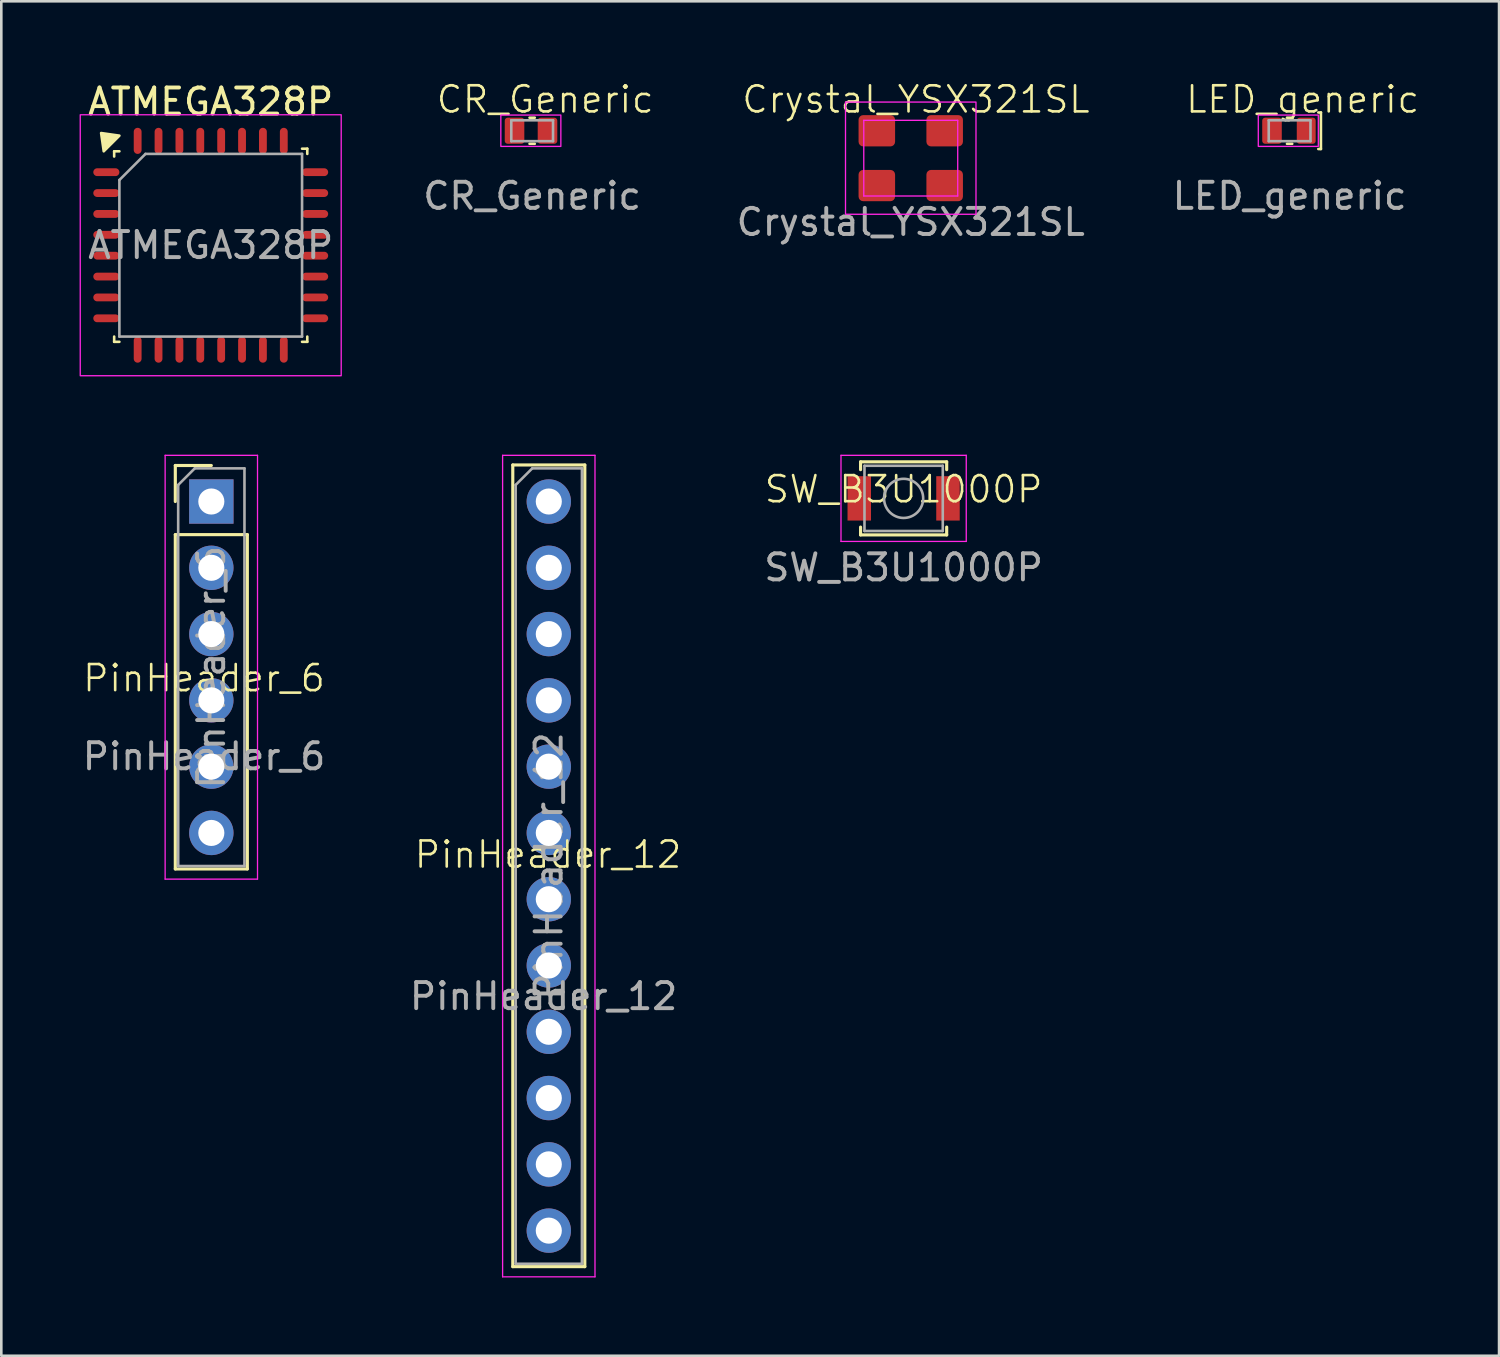
<source format=kicad_pcb>
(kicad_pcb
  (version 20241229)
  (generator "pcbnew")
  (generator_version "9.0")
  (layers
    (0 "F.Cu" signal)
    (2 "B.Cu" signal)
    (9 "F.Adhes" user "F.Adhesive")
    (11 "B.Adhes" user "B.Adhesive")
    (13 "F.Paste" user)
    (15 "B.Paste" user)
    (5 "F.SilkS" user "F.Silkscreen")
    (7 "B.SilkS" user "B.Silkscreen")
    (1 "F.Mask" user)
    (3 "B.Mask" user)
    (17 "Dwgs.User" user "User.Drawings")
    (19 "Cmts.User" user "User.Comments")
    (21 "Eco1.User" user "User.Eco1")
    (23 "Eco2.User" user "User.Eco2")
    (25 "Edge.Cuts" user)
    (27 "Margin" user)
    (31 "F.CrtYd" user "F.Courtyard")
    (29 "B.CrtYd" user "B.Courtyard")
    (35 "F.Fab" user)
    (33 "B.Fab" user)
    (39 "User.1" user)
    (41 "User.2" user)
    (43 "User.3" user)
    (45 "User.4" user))
  (footprint "CR_Generic"
    (layer "F.Cu")
    (at 17.342 1.96)
    (property "Reference" "CR_Generic" (at 0.5 -1.2 0) (unlocked yes) (layer "F.SilkS") (effects (font (size 1 1) (thickness 0.1))))
    (attr smd)
    (fp_line (start 0.1 -0.5) (end -0.1 -0.5) (stroke (width 0.1) (type default)) (layer "F.SilkS"))
    (fp_line (start 0.1 0.5) (end -0.1 0.5) (stroke (width 0.1) (type default)) (layer "F.SilkS"))
    (fp_rect (start -1.2 -0.6) (end 1.1 0.6) (stroke (width 0.05) (type default)) (fill no) (layer "F.CrtYd"))
    (fp_line (start -0.8 -0.4) (end -0.8 0.4) (stroke (width 0.1) (type default)) (layer "F.Fab"))
    (fp_line (start -0.8 0.4) (end 0.8 0.4) (stroke (width 0.1) (type default)) (layer "F.Fab"))
    (fp_line (start 0.8 -0.4) (end -0.8 -0.4) (stroke (width 0.1) (type default)) (layer "F.Fab"))
    (fp_line (start 0.8 0.4) (end 0.8 -0.4) (stroke (width 0.1) (type default)) (layer "F.Fab"))
    (fp_text user "${REFERENCE}" (at 0 2.5 0) (unlocked yes) (layer "F.Fab") (effects (font (size 1 1) (thickness 0.15))))
    (pad "1" smd roundrect (at -0.675 0 90) (size 1 0.75) (layers "F.Cu" "F.Mask" "F.Paste") (roundrect_rratio 0.15))
    (pad "2" smd roundrect (at 0.588 0 90) (size 1 0.75) (layers "F.Cu" "F.Mask" "F.Paste") (roundrect_rratio 0.15)))
  (footprint "PinHeader_6"
    (layer "F.Cu")
    (at 4.768 23.438)
    (property "Reference" "PinHeader_6" (at 0 -0.5 0) (unlocked yes) (layer "F.SilkS") (effects (font (size 1 1) (thickness 0.1))))
    (attr smd)
    (fp_line (start -1.1 -8.65) (end 0.28 -8.65) (stroke (width 0.12) (type solid)) (layer "F.SilkS"))
    (fp_line (start -1.1 -7.27) (end -1.1 -8.65) (stroke (width 0.12) (type solid)) (layer "F.SilkS"))
    (fp_line (start -1.1 -6) (end -1.1 6.81) (stroke (width 0.12) (type solid)) (layer "F.SilkS"))
    (fp_line (start -1.1 -6) (end 1.66 -6) (stroke (width 0.12) (type solid)) (layer "F.SilkS"))
    (fp_line (start -1.1 6.81) (end 1.66 6.81) (stroke (width 0.12) (type solid)) (layer "F.SilkS"))
    (fp_line (start 1.66 -6) (end 1.66 6.81) (stroke (width 0.12) (type solid)) (layer "F.SilkS"))
    (fp_line (start -1.49 -9.04) (end -1.49 7.2) (stroke (width 0.05) (type solid)) (layer "F.CrtYd"))
    (fp_line (start -1.49 7.2) (end 2.05 7.2) (stroke (width 0.05) (type solid)) (layer "F.CrtYd"))
    (fp_line (start 2.05 -9.04) (end -1.49 -9.04) (stroke (width 0.05) (type solid)) (layer "F.CrtYd"))
    (fp_line (start 2.05 7.2) (end 2.05 -9.04) (stroke (width 0.05) (type solid)) (layer "F.CrtYd"))
    (fp_line (start -0.99 -7.905) (end -0.355 -8.54) (stroke (width 0.1) (type solid)) (layer "F.Fab"))
    (fp_line (start -0.99 6.7) (end -0.99 -7.905) (stroke (width 0.1) (type solid)) (layer "F.Fab"))
    (fp_line (start -0.355 -8.54) (end 1.55 -8.54) (stroke (width 0.1) (type solid)) (layer "F.Fab"))
    (fp_line (start 1.55 -8.54) (end 1.55 6.7) (stroke (width 0.1) (type solid)) (layer "F.Fab"))
    (fp_line (start 1.55 6.7) (end -0.99 6.7) (stroke (width 0.1) (type solid)) (layer "F.Fab"))
    (fp_text user "${REFERENCE}" (at 0 2.5 0) (unlocked yes) (layer "F.Fab") (effects (font (size 1 1) (thickness 0.15))))
    (fp_text user "${REFERENCE}" (at 0.28 -0.92 90) (layer "F.Fab") (effects (font (size 1 1) (thickness 0.15))))
    (pad "1" thru_hole rect (at 0.28 -7.27) (size 1.7 1.7) (drill 1) (layers "*.Cu" "*.Mask"))
    (pad "2" thru_hole circle (at 0.28 -4.73) (size 1.7 1.7) (drill 1) (layers "*.Cu" "*.Mask"))
    (pad "3" thru_hole circle (at 0.28 -2.19) (size 1.7 1.7) (drill 1) (layers "*.Cu" "*.Mask"))
    (pad "4" thru_hole circle (at 0.28 0.35) (size 1.7 1.7) (drill 1) (layers "*.Cu" "*.Mask"))
    (pad "5" thru_hole circle (at 0.28 2.89) (size 1.7 1.7) (drill 1) (layers "*.Cu" "*.Mask"))
    (pad "6" thru_hole circle (at 0.28 5.43) (size 1.7 1.7) (drill 1) (layers "*.Cu" "*.Mask")))
  (footprint "SW_B3U1000P"
    (layer "F.Cu")
    (at 31.577 16.198)
    (property "Reference" "SW_B3U1000P" (at 0 -0.5 0) (unlocked yes) (layer "F.SilkS") (effects (font (size 1 1) (thickness 0.1))))
    (attr smd)
    (fp_line (start -1.65 -1.55) (end 1.65 -1.55) (stroke (width 0.12) (type solid)) (layer "F.SilkS"))
    (fp_line (start -1.65 -1.25) (end -1.65 -1.55) (stroke (width 0.12) (type solid)) (layer "F.SilkS"))
    (fp_line (start -1.65 0.95) (end -1.65 1.25) (stroke (width 0.12) (type solid)) (layer "F.SilkS"))
    (fp_line (start -1.65 1.25) (end 1.65 1.25) (stroke (width 0.12) (type solid)) (layer "F.SilkS"))
    (fp_line (start 1.65 -1.55) (end 1.65 -1.25) (stroke (width 0.12) (type solid)) (layer "F.SilkS"))
    (fp_line (start 1.65 1.25) (end 1.65 0.95) (stroke (width 0.12) (type solid)) (layer "F.SilkS"))
    (fp_line (start -2.4 -1.8) (end -2.4 1.5) (stroke (width 0.05) (type solid)) (layer "F.CrtYd"))
    (fp_line (start -2.4 1.5) (end 2.4 1.5) (stroke (width 0.05) (type solid)) (layer "F.CrtYd"))
    (fp_line (start 2.4 -1.8) (end -2.4 -1.8) (stroke (width 0.05) (type solid)) (layer "F.CrtYd"))
    (fp_line (start 2.4 1.5) (end 2.4 -1.8) (stroke (width 0.05) (type solid)) (layer "F.CrtYd"))
    (fp_line (start -1.5 -1.4) (end 1.5 -1.4) (stroke (width 0.1) (type solid)) (layer "F.Fab"))
    (fp_line (start -1.5 1.1) (end -1.5 -1.4) (stroke (width 0.1) (type solid)) (layer "F.Fab"))
    (fp_line (start 1.5 -1.4) (end 1.5 1.1) (stroke (width 0.1) (type solid)) (layer "F.Fab"))
    (fp_line (start 1.5 1.1) (end -1.5 1.1) (stroke (width 0.1) (type solid)) (layer "F.Fab"))
    (fp_circle (center 0 -0.15) (end 0.75 -0.15) (stroke (width 0.1) (type solid)) (fill no) (layer "F.Fab"))
    (fp_text user "${REFERENCE}" (at 0 2.5 0) (unlocked yes) (layer "F.Fab") (effects (font (size 1 1) (thickness 0.15))))
    (pad "1" smd rect (at -1.7 -0.15) (size 0.9 1.7) (layers "F.Cu" "F.Mask" "F.Paste"))
    (pad "2" smd rect (at 1.7 -0.15) (size 0.9 1.7) (layers "F.Cu" "F.Mask" "F.Paste")))
  (footprint "LED_generic"
    (layer "F.Cu")
    (at 46.368 1.96)
    (property "Reference" "LED_generic" (at 0.5 -1.2 0) (unlocked yes) (layer "F.SilkS") (effects (font (size 1 1) (thickness 0.1))))
    (attr smd)
    (fp_line (start 0.1 -0.5) (end -0.1 -0.5) (stroke (width 0.1) (type default)) (layer "F.SilkS"))
    (fp_line (start 0.1 0.5) (end -0.1 0.5) (stroke (width 0.1) (type default)) (layer "F.SilkS"))
    (fp_line (start 1.1 -0.7) (end 1.2 -0.7) (stroke (width 0.1) (type default)) (layer "F.SilkS"))
    (fp_line (start 1.2 -0.7) (end 1.2 0.7) (stroke (width 0.1) (type default)) (layer "F.SilkS"))
    (fp_line (start 1.2 0.7) (end 1.1 0.7) (stroke (width 0.1) (type default)) (layer "F.SilkS"))
    (fp_rect (start -1.2 -0.6) (end 1.1 0.6) (stroke (width 0.05) (type default)) (fill no) (layer "F.CrtYd"))
    (fp_line (start -0.8 -0.4) (end -0.8 0.4) (stroke (width 0.1) (type default)) (layer "F.Fab"))
    (fp_line (start -0.8 0.4) (end 0.8 0.4) (stroke (width 0.1) (type default)) (layer "F.Fab"))
    (fp_line (start 0.8 -0.4) (end -0.8 -0.4) (stroke (width 0.1) (type default)) (layer "F.Fab"))
    (fp_line (start 0.8 0.4) (end 0.8 -0.4) (stroke (width 0.1) (type default)) (layer "F.Fab"))
    (fp_text user "${REFERENCE}" (at 0 2.5 0) (unlocked yes) (layer "F.Fab") (effects (font (size 1 1) (thickness 0.15))))
    (pad "1" smd roundrect (at -0.675 0 90) (size 1 0.75) (layers "F.Cu" "F.Mask" "F.Paste") (roundrect_rratio 0.15))
    (pad "2" smd roundrect (at 0.637 0 90) (size 1 0.725) (layers "F.Cu" "F.Mask" "F.Paste") (roundrect_rratio 0.15)))
  (footprint "PinHeader_12"
    (layer "F.Cu")
    (at 17.95 30.198)
    (property "Reference" "PinHeader_12" (at 0 -0.5 0) (unlocked yes) (layer "F.SilkS") (effects (font (size 1 1) (thickness 0.1))))
    (attr smd)
    (fp_line (start -1.35 -15.43) (end -1.35 15.29) (stroke (width 0.12) (type solid)) (layer "F.SilkS"))
    (fp_line (start -1.35 -15.43) (end 1.41 -15.43) (stroke (width 0.12) (type solid)) (layer "F.SilkS"))
    (fp_line (start -1.35 15.29) (end 1.41 15.29) (stroke (width 0.12) (type solid)) (layer "F.SilkS"))
    (fp_line (start 1.41 -15.43) (end 1.41 15.29) (stroke (width 0.12) (type solid)) (layer "F.SilkS"))
    (fp_line (start -1.74 -15.8) (end -1.74 15.68) (stroke (width 0.05) (type solid)) (layer "F.CrtYd"))
    (fp_line (start -1.74 15.68) (end 1.8 15.68) (stroke (width 0.05) (type solid)) (layer "F.CrtYd"))
    (fp_line (start 1.8 -15.8) (end -1.74 -15.8) (stroke (width 0.05) (type solid)) (layer "F.CrtYd"))
    (fp_line (start 1.8 15.68) (end 1.8 -15.8) (stroke (width 0.05) (type solid)) (layer "F.CrtYd"))
    (fp_line (start -1.24 -14.665) (end -0.605 -15.3) (stroke (width 0.1) (type solid)) (layer "F.Fab"))
    (fp_line (start -1.24 15.18) (end -1.24 -14.665) (stroke (width 0.1) (type solid)) (layer "F.Fab"))
    (fp_line (start -0.605 -15.3) (end 1.3 -15.3) (stroke (width 0.1) (type solid)) (layer "F.Fab"))
    (fp_line (start 1.3 -15.3) (end 1.3 15.18) (stroke (width 0.1) (type solid)) (layer "F.Fab"))
    (fp_line (start 1.3 15.18) (end -1.24 15.18) (stroke (width 0.1) (type solid)) (layer "F.Fab"))
    (fp_text user "${REFERENCE}" (at -0.17 4.93 0) (unlocked yes) (layer "F.Fab") (effects (font (size 1 1) (thickness 0.15))))
    (fp_text user "${REFERENCE}" (at 0.03 -0.06 270) (layer "F.Fab") (effects (font (size 1 1) (thickness 0.15))))
    (pad "1" thru_hole circle (at 0.03 -14.03) (size 1.7 1.7) (drill 1) (layers "*.Cu" "*.Mask"))
    (pad "2" thru_hole circle (at 0.03 -11.49) (size 1.7 1.7) (drill 1) (layers "*.Cu" "*.Mask"))
    (pad "3" thru_hole circle (at 0.03 -8.95) (size 1.7 1.7) (drill 1) (layers "*.Cu" "*.Mask"))
    (pad "4" thru_hole circle (at 0.03 -6.41) (size 1.7 1.7) (drill 1) (layers "*.Cu" "*.Mask"))
    (pad "5" thru_hole circle (at 0.03 -3.87) (size 1.7 1.7) (drill 1) (layers "*.Cu" "*.Mask"))
    (pad "6" thru_hole circle (at 0.03 -1.33) (size 1.7 1.7) (drill 1) (layers "*.Cu" "*.Mask"))
    (pad "7" thru_hole circle (at 0.03 1.21) (size 1.7 1.7) (drill 1) (layers "*.Cu" "*.Mask"))
    (pad "8" thru_hole circle (at 0.03 3.75) (size 1.7 1.7) (drill 1) (layers "*.Cu" "*.Mask"))
    (pad "9" thru_hole circle (at 0.03 6.29) (size 1.7 1.7) (drill 1) (layers "*.Cu" "*.Mask"))
    (pad "10" thru_hole circle (at 0.03 8.83) (size 1.7 1.7) (drill 1) (layers "*.Cu" "*.Mask"))
    (pad "11" thru_hole circle (at 0.03 11.37) (size 1.7 1.7) (drill 1) (layers "*.Cu" "*.Mask"))
    (pad "12" thru_hole circle (at 0.03 13.91) (size 1.7 1.7) (drill 1) (layers "*.Cu" "*.Mask")))
  (footprint "Crystal_YSX321SL"
    (layer "F.Cu")
    (at 31.85 2.961)
    (property "Reference" "Crystal_YSX321SL" (at 0.2 -2.2 0) (unlocked yes) (layer "F.SilkS") (effects (font (size 1 1) (thickness 0.1))))
    (attr smd)
    (fp_line (start -1.8 -1.4) (end 1.8 -1.4) (stroke (width 0.05) (type default)) (layer "F.CrtYd"))
    (fp_line (start -1.8 1.5) (end -1.8 -1.4) (stroke (width 0.05) (type default)) (layer "F.CrtYd"))
    (fp_line (start 1.8 -1.4) (end 1.8 1.5) (stroke (width 0.05) (type default)) (layer "F.CrtYd"))
    (fp_line (start 1.8 1.5) (end -1.8 1.5) (stroke (width 0.05) (type default)) (layer "F.CrtYd"))
    (fp_rect (start -2.5 -2.1) (end 2.5 2.2) (stroke (width 0.05) (type default)) (fill no) (layer "F.CrtYd"))
    (fp_text user "${REFERENCE}" (at 0 2.5 0) (unlocked yes) (layer "F.Fab") (effects (font (size 1 1) (thickness 0.15))))
    (pad "1" smd roundrect (at 1.3 -1) (size 1.4 1.2) (layers "F.Cu" "F.Mask" "F.Paste") (roundrect_rratio 0.15))
    (pad "2" smd roundrect (at -1.3 -1) (size 1.4 1.2) (layers "F.Cu" "F.Mask" "F.Paste") (roundrect_rratio 0.15))
    (pad "3" smd roundrect (at -1.3 1.1) (size 1.4 1.2) (layers "F.Cu" "F.Mask" "F.Paste") (roundrect_rratio 0.15))
    (pad "4" smd roundrect (at 1.3 1.1) (size 1.4 1.2) (layers "F.Cu" "F.Mask" "F.Paste") (roundrect_rratio 0.15)))
  (footprint "ATMEGA328P"
    (layer "F.Cu")
    (at 5.025 6.348)
    (property "Reference" "ATMEGA328P" (at 0 -5.5 0) (layer "F.SilkS") (effects (font (size 1 1) (thickness 0.15))))
    (attr smd)
    (fp_line (start -3.7 -3.6) (end -3.5 -3.6) (stroke (width 0.1) (type default)) (layer "F.SilkS"))
    (fp_line (start -3.7 -3.4) (end -3.7 -3.6) (stroke (width 0.1) (type default)) (layer "F.SilkS"))
    (fp_line (start -3.7 3.5) (end -3.7 3.7) (stroke (width 0.1) (type default)) (layer "F.SilkS"))
    (fp_line (start -3.7 3.7) (end -3.5 3.7) (stroke (width 0.1) (type default)) (layer "F.SilkS"))
    (fp_line (start 3.5 3.7) (end 3.7 3.7) (stroke (width 0.1) (type default)) (layer "F.SilkS"))
    (fp_line (start 3.7 -3.7) (end 3.5 -3.7) (stroke (width 0.1) (type default)) (layer "F.SilkS"))
    (fp_line (start 3.7 -3.5) (end 3.7 -3.7) (stroke (width 0.1) (type default)) (layer "F.SilkS"))
    (fp_line (start 3.7 3.7) (end 3.7 3.5) (stroke (width 0.1) (type default)) (layer "F.SilkS"))
    (fp_poly (pts (xy -3.9 -3.8) (xy -3.5 -4.2) (xy -4.2 -4.3) (xy -4.1 -3.6)) (stroke (width 0.1) (type solid)) (fill yes) (layer "F.SilkS"))
    (fp_rect (start -5 -5) (end 5 5) (stroke (width 0.05) (type default)) (fill no) (layer "F.CrtYd"))
    (fp_line (start -3.5 -2.5) (end -3.5 3.5) (stroke (width 0.1) (type default)) (layer "F.Fab"))
    (fp_line (start -3.5 3.5) (end 3.5 3.5) (stroke (width 0.1) (type default)) (layer "F.Fab"))
    (fp_line (start -2.5 -3.5) (end -3.5 -2.5) (stroke (width 0.1) (type default)) (layer "F.Fab"))
    (fp_line (start 3.5 -3.5) (end -2.5 -3.5) (stroke (width 0.1) (type default)) (layer "F.Fab"))
    (fp_line (start 3.5 3.5) (end 3.5 -3.5) (stroke (width 0.1) (type default)) (layer "F.Fab"))
    (fp_text user "${REFERENCE}" (at 0 0 0) (layer "F.Fab") (effects (font (size 1 1) (thickness 0.15))))
    (pad "1" smd oval (at -4 -2.8 90) (size 0.3 1) (layers "F.Cu" "F.Mask" "F.Paste"))
    (pad "2" smd oval (at -4 -2 90) (size 0.3 1) (layers "F.Cu" "F.Mask" "F.Paste"))
    (pad "3" smd oval (at -4 -1.2 90) (size 0.3 1) (layers "F.Cu" "F.Mask" "F.Paste"))
    (pad "4" smd oval (at -4 -0.4 90) (size 0.3 1) (layers "F.Cu" "F.Mask" "F.Paste"))
    (pad "5" smd oval (at -4 0.4 90) (size 0.3 1) (layers "F.Cu" "F.Mask" "F.Paste"))
    (pad "6" smd oval (at -4 1.2 90) (size 0.3 1) (layers "F.Cu" "F.Mask" "F.Paste"))
    (pad "7" smd oval (at -4 2 90) (size 0.3 1) (layers "F.Cu" "F.Mask" "F.Paste"))
    (pad "8" smd oval (at -4 2.8 90) (size 0.3 1) (layers "F.Cu" "F.Mask" "F.Paste"))
    (pad "9" smd oval (at -2.8 4) (size 0.3 1) (layers "F.Cu" "F.Mask" "F.Paste"))
    (pad "10" smd oval (at -2 4) (size 0.3 1) (layers "F.Cu" "F.Mask" "F.Paste"))
    (pad "11" smd oval (at -1.2 4) (size 0.3 1) (layers "F.Cu" "F.Mask" "F.Paste"))
    (pad "12" smd oval (at -0.4 4) (size 0.3 1) (layers "F.Cu" "F.Mask" "F.Paste"))
    (pad "13" smd oval (at 0.4 4) (size 0.3 1) (layers "F.Cu" "F.Mask" "F.Paste"))
    (pad "14" smd oval (at 1.2 4) (size 0.3 1) (layers "F.Cu" "F.Mask" "F.Paste"))
    (pad "15" smd oval (at 2 4) (size 0.3 1) (layers "F.Cu" "F.Mask" "F.Paste"))
    (pad "16" smd oval (at 2.8 4) (size 0.3 1) (layers "F.Cu" "F.Mask" "F.Paste"))
    (pad "17" smd oval (at 4 2.8 90) (size 0.3 1) (layers "F.Cu" "F.Mask" "F.Paste"))
    (pad "18" smd oval (at 4 2 90) (size 0.3 1) (layers "F.Cu" "F.Mask" "F.Paste"))
    (pad "19" smd oval (at 4 1.2 90) (size 0.3 1) (layers "F.Cu" "F.Mask" "F.Paste"))
    (pad "20" smd oval (at 4 0.4 90) (size 0.3 1) (layers "F.Cu" "F.Mask" "F.Paste"))
    (pad "21" smd oval (at 4 -0.4 90) (size 0.3 1) (layers "F.Cu" "F.Mask" "F.Paste"))
    (pad "22" smd oval (at 4 -1.2 90) (size 0.3 1) (layers "F.Cu" "F.Mask" "F.Paste"))
    (pad "23" smd oval (at 4 -2 90) (size 0.3 1) (layers "F.Cu" "F.Mask" "F.Paste"))
    (pad "24" smd oval (at 4 -2.8 90) (size 0.3 1) (layers "F.Cu" "F.Mask" "F.Paste"))
    (pad "25" smd oval (at 2.8 -4) (size 0.3 1) (layers "F.Cu" "F.Mask" "F.Paste"))
    (pad "26" smd oval (at 2 -4) (size 0.3 1) (layers "F.Cu" "F.Mask" "F.Paste"))
    (pad "27" smd oval (at 1.2 -4) (size 0.3 1) (layers "F.Cu" "F.Mask" "F.Paste"))
    (pad "28" smd oval (at 0.4 -4) (size 0.3 1) (layers "F.Cu" "F.Mask" "F.Paste"))
    (pad "29" smd oval (at -0.4 -4) (size 0.3 1) (layers "F.Cu" "F.Mask" "F.Paste"))
    (pad "30" smd oval (at -1.2 -4) (size 0.3 1) (layers "F.Cu" "F.Mask" "F.Paste"))
    (pad "31" smd oval (at -2 -4) (size 0.3 1) (layers "F.Cu" "F.Mask" "F.Paste"))
    (pad "32" smd oval (at -2.8 -4) (size 0.3 1) (layers "F.Cu" "F.Mask" "F.Paste")))
  (gr_rect
    (start -3 -3)
    (end 54.394 48.903)
    (stroke (width 0.1) (type default))
    (fill no)
    (layer "Edge.Cuts")))
</source>
